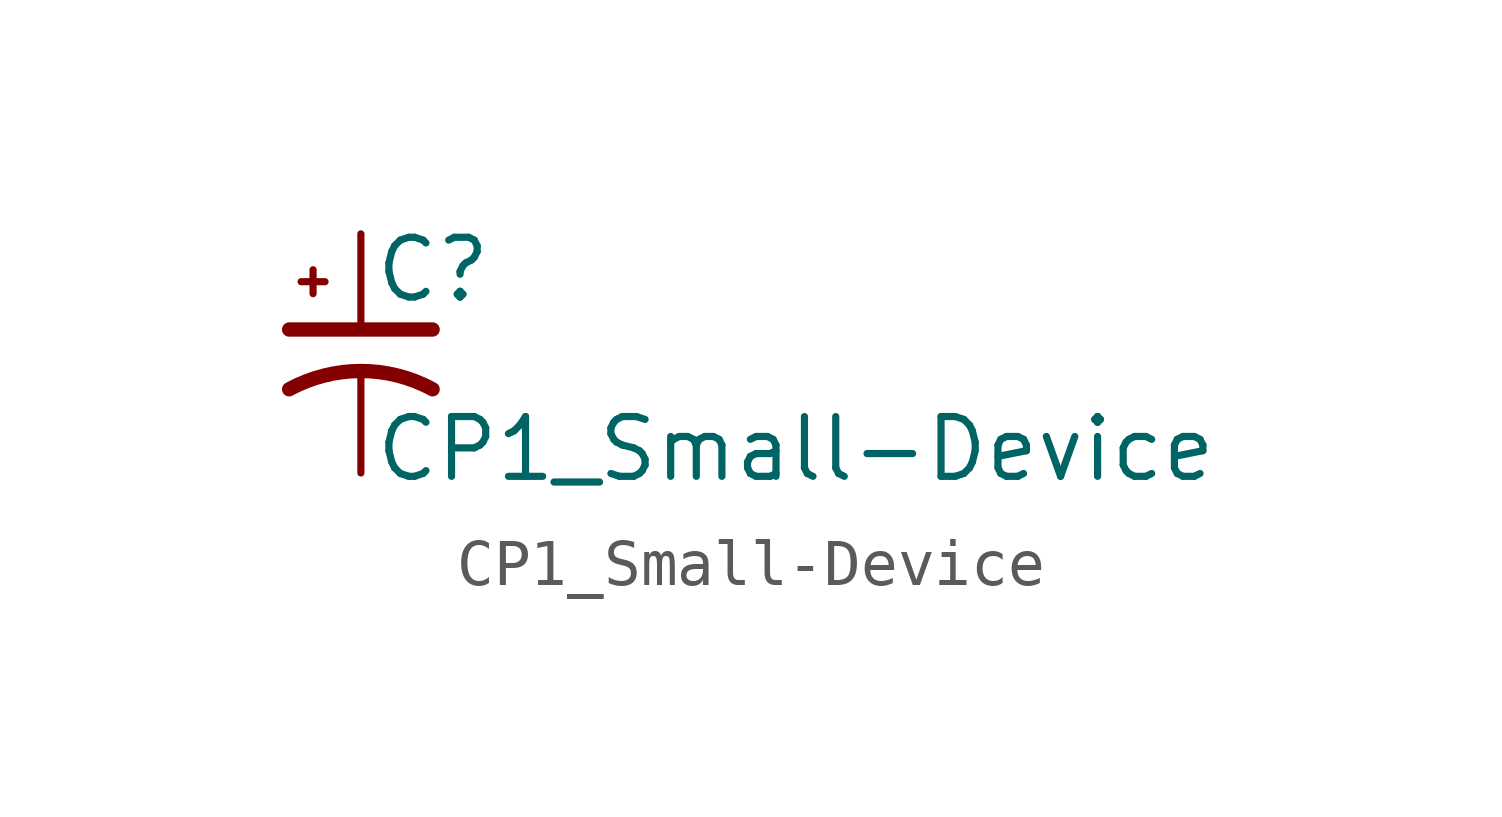
<source format=kicad_sym>
(kicad_symbol_lib
  (version 20211014)
  (generator kicad_symbol_editor)
  (symbol "CP1_Small-Device"
    (pin_numbers hide)
    (pin_names
      (offset 0.254) hide)
    (property "Reference" "C"
      (at 0.254 1.778 0)
      (effects (font (size 1.27 1.27)) (justify left)))
    (property "Value" "CP1_Small-Device"
      (at 0.254 -2.032 0)
      (effects (font (size 1.27 1.27)) (justify left)))
    (symbol "CP1_Small-Device_0_1"
      (polyline (pts (xy -1.524 0.508) (xy 1.524 0.508)) (stroke (width 0.305) (type default) (color 0 0 0 0)) (fill (type none)))
      (polyline (pts (xy -1.27 1.524) (xy -0.762 1.524)) (stroke (width 0) (type default) (color 0 0 0 0)) (fill (type none)))
      (polyline (pts (xy -1.016 1.27) (xy -1.016 1.778)) (stroke (width 0) (type default) (color 0 0 0 0)) (fill (type none)))
      (arc (start 1.524 -0.762) (mid 0 -0.3734) (end -1.524 -0.762) (stroke (width 0.3048) (type default) (color 0 0 0 0)) (fill (type none))))
    (symbol "CP1_Small-Device_1_1"
      (pin passive line (at 0 2.54 270) (length 2.032) (name "~" (effects (font (size 1.27 1.27)))) (number "1" (effects (font (size 1.27 1.27)))))
      (pin passive line (at 0 -2.54 90) (length 2.032) (name "~" (effects (font (size 1.27 1.27)))) (number "2" (effects (font (size 1.27 1.27))))))))
</source>
